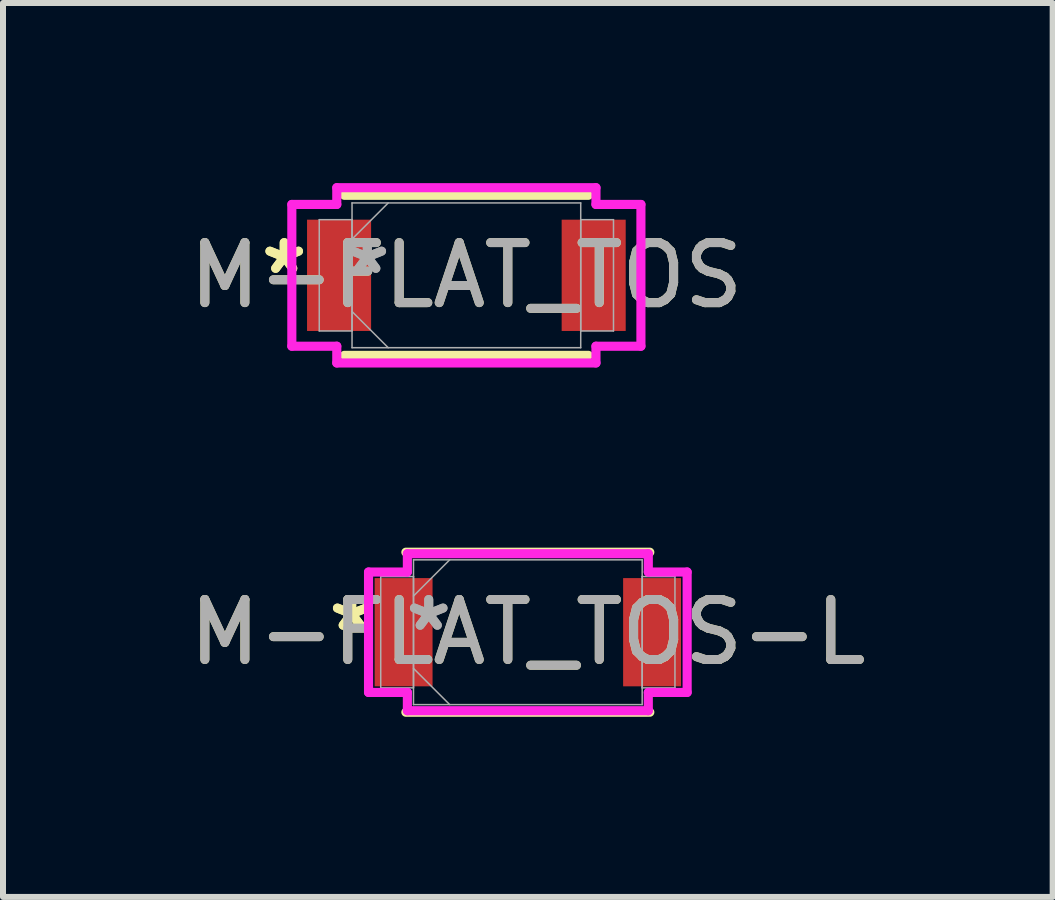
<source format=kicad_pcb>
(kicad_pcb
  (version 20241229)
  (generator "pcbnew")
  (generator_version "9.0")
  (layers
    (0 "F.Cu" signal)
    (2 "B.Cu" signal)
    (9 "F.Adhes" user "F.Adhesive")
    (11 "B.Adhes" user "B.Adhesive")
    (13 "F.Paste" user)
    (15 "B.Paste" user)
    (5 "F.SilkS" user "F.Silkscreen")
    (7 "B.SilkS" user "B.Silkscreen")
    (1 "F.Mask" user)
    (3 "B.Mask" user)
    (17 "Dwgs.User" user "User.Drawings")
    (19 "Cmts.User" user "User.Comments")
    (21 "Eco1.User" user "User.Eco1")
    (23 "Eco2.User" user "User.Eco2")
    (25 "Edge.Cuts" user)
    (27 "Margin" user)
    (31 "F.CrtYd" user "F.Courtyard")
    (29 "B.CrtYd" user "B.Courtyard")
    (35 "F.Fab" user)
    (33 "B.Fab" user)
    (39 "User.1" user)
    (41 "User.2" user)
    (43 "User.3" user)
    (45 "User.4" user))
  (footprint "M-FLAT_TOS-L"
    (layer "F.Cu")
    (at 5.744 7.483)
    (property "Reference" "M-FLAT_TOS-L" (at 0 0 0) (unlocked yes) (layer "F.SilkS") (effects (font (size 1 1) (thickness 0.15))))
    (attr smd)
    (fp_line (start -2.032 1.333) (end 2.032 1.333) (stroke (width 0.152) (type solid)) (layer "F.SilkS"))
    (fp_line (start 2.032 -1.333) (end -2.032 -1.333) (stroke (width 0.152) (type solid)) (layer "F.SilkS"))
    (fp_line (start -2.654 -1.003) (end -2.007 -1.003) (stroke (width 0.152) (type solid)) (layer "F.CrtYd"))
    (fp_line (start -2.654 1.003) (end -2.654 -1.003) (stroke (width 0.152) (type solid)) (layer "F.CrtYd"))
    (fp_line (start -2.007 -1.308) (end 2.007 -1.308) (stroke (width 0.152) (type solid)) (layer "F.CrtYd"))
    (fp_line (start -2.007 -1.003) (end -2.007 -1.308) (stroke (width 0.152) (type solid)) (layer "F.CrtYd"))
    (fp_line (start -2.007 1.003) (end -2.654 1.003) (stroke (width 0.152) (type solid)) (layer "F.CrtYd"))
    (fp_line (start -2.007 1.308) (end -2.007 1.003) (stroke (width 0.152) (type solid)) (layer "F.CrtYd"))
    (fp_line (start 2.007 -1.308) (end 2.007 -1.003) (stroke (width 0.152) (type solid)) (layer "F.CrtYd"))
    (fp_line (start 2.007 -1.003) (end 2.654 -1.003) (stroke (width 0.152) (type solid)) (layer "F.CrtYd"))
    (fp_line (start 2.007 1.003) (end 2.007 1.308) (stroke (width 0.152) (type solid)) (layer "F.CrtYd"))
    (fp_line (start 2.007 1.308) (end -2.007 1.308) (stroke (width 0.152) (type solid)) (layer "F.CrtYd"))
    (fp_line (start 2.654 -1.003) (end 2.654 1.003) (stroke (width 0.152) (type solid)) (layer "F.CrtYd"))
    (fp_line (start 2.654 1.003) (end 2.007 1.003) (stroke (width 0.152) (type solid)) (layer "F.CrtYd"))
    (fp_line (start -2.451 -0.927) (end -2.451 0.927) (stroke (width 0.025) (type solid)) (layer "F.Fab"))
    (fp_line (start -2.451 0.927) (end -1.905 0.927) (stroke (width 0.025) (type solid)) (layer "F.Fab"))
    (fp_line (start -1.905 -1.206) (end -1.905 1.206) (stroke (width 0.025) (type solid)) (layer "F.Fab"))
    (fp_line (start -1.905 -0.927) (end -2.451 -0.927) (stroke (width 0.025) (type solid)) (layer "F.Fab"))
    (fp_line (start -1.905 -0.603) (end -1.302 -1.206) (stroke (width 0.025) (type solid)) (layer "F.Fab"))
    (fp_line (start -1.905 0.603) (end -1.302 1.206) (stroke (width 0.025) (type solid)) (layer "F.Fab"))
    (fp_line (start -1.905 0.927) (end -1.905 -0.927) (stroke (width 0.025) (type solid)) (layer "F.Fab"))
    (fp_line (start -1.905 1.206) (end 1.905 1.206) (stroke (width 0.025) (type solid)) (layer "F.Fab"))
    (fp_line (start 1.905 -1.206) (end -1.905 -1.206) (stroke (width 0.025) (type solid)) (layer "F.Fab"))
    (fp_line (start 1.905 -0.927) (end 1.905 0.927) (stroke (width 0.025) (type solid)) (layer "F.Fab"))
    (fp_line (start 1.905 0.927) (end 2.451 0.927) (stroke (width 0.025) (type solid)) (layer "F.Fab"))
    (fp_line (start 1.905 1.206) (end 1.905 -1.206) (stroke (width 0.025) (type solid)) (layer "F.Fab"))
    (fp_line (start 2.451 -0.927) (end 1.905 -0.927) (stroke (width 0.025) (type solid)) (layer "F.Fab"))
    (fp_line (start 2.451 0.927) (end 2.451 -0.927) (stroke (width 0.025) (type solid)) (layer "F.Fab"))
    (fp_text user "*" (at -2.934 0 0) (layer "F.SilkS") (effects (font (size 1 1) (thickness 0.15))))
    (fp_text user "*" (at -2.934 0 0) (unlocked yes) (layer "F.SilkS") (effects (font (size 1 1) (thickness 0.15))))
    (fp_text user "${REFERENCE}" (at 0 0 0) (unlocked yes) (layer "F.Fab") (effects (font (size 1 1) (thickness 0.15))))
    (fp_text user "*" (at -1.651 0 0) (layer "F.Fab") (effects (font (size 1 1) (thickness 0.15))))
    (fp_text user "*" (at -1.651 0 0) (unlocked yes) (layer "F.Fab") (effects (font (size 1 1) (thickness 0.15))))
    (pad "1" smd rect (at -2.07 0) (size 0.965 1.803) (layers "F.Cu" "F.Mask" "F.Paste"))
    (pad "2" smd rect (at 2.07 0) (size 0.965 1.803) (layers "F.Cu" "F.Mask" "F.Paste"))
    (zone (net_name "") (layer "F.Cu") (hatch full 0.508) (connect_pads) (min_thickness 0.254) (filled_areas_thickness no) (keepout (tracks not_allowed) (vias not_allowed) (pads allowed) (copperpour not_allowed) (footprints allowed)) (placement (enabled no)) (fill) (polygon (pts (xy 4.207 6.327) (xy 7.281 6.327) (xy 7.281 8.639) (xy 4.207 8.639)))))
  (footprint "M-FLAT_TOS"
    (layer "F.Cu")
    (at 4.72 1.537)
    (property "Reference" "M-FLAT_TOS" (at 0 0 0) (unlocked yes) (layer "F.SilkS") (effects (font (size 1 1) (thickness 0.15))))
    (attr smd)
    (fp_line (start -2.032 1.333) (end 2.032 1.333) (stroke (width 0.152) (type solid)) (layer "F.SilkS"))
    (fp_line (start 2.032 -1.333) (end -2.032 -1.333) (stroke (width 0.152) (type solid)) (layer "F.SilkS"))
    (fp_line (start -2.908 -1.181) (end -2.159 -1.181) (stroke (width 0.152) (type solid)) (layer "F.CrtYd"))
    (fp_line (start -2.908 1.181) (end -2.908 -1.181) (stroke (width 0.152) (type solid)) (layer "F.CrtYd"))
    (fp_line (start -2.159 -1.46) (end 2.159 -1.46) (stroke (width 0.152) (type solid)) (layer "F.CrtYd"))
    (fp_line (start -2.159 -1.181) (end -2.159 -1.46) (stroke (width 0.152) (type solid)) (layer "F.CrtYd"))
    (fp_line (start -2.159 1.181) (end -2.908 1.181) (stroke (width 0.152) (type solid)) (layer "F.CrtYd"))
    (fp_line (start -2.159 1.46) (end -2.159 1.181) (stroke (width 0.152) (type solid)) (layer "F.CrtYd"))
    (fp_line (start 2.159 -1.46) (end 2.159 -1.181) (stroke (width 0.152) (type solid)) (layer "F.CrtYd"))
    (fp_line (start 2.159 -1.181) (end 2.908 -1.181) (stroke (width 0.152) (type solid)) (layer "F.CrtYd"))
    (fp_line (start 2.159 1.181) (end 2.159 1.46) (stroke (width 0.152) (type solid)) (layer "F.CrtYd"))
    (fp_line (start 2.159 1.46) (end -2.159 1.46) (stroke (width 0.152) (type solid)) (layer "F.CrtYd"))
    (fp_line (start 2.908 -1.181) (end 2.908 1.181) (stroke (width 0.152) (type solid)) (layer "F.CrtYd"))
    (fp_line (start 2.908 1.181) (end 2.159 1.181) (stroke (width 0.152) (type solid)) (layer "F.CrtYd"))
    (fp_line (start -2.451 -0.927) (end -2.451 0.927) (stroke (width 0.025) (type solid)) (layer "F.Fab"))
    (fp_line (start -2.451 0.927) (end -1.905 0.927) (stroke (width 0.025) (type solid)) (layer "F.Fab"))
    (fp_line (start -1.905 -1.206) (end -1.905 1.206) (stroke (width 0.025) (type solid)) (layer "F.Fab"))
    (fp_line (start -1.905 -0.927) (end -2.451 -0.927) (stroke (width 0.025) (type solid)) (layer "F.Fab"))
    (fp_line (start -1.905 -0.603) (end -1.302 -1.206) (stroke (width 0.025) (type solid)) (layer "F.Fab"))
    (fp_line (start -1.905 0.603) (end -1.302 1.206) (stroke (width 0.025) (type solid)) (layer "F.Fab"))
    (fp_line (start -1.905 0.927) (end -1.905 -0.927) (stroke (width 0.025) (type solid)) (layer "F.Fab"))
    (fp_line (start -1.905 1.206) (end 1.905 1.206) (stroke (width 0.025) (type solid)) (layer "F.Fab"))
    (fp_line (start 1.905 -1.206) (end -1.905 -1.206) (stroke (width 0.025) (type solid)) (layer "F.Fab"))
    (fp_line (start 1.905 -0.927) (end 1.905 0.927) (stroke (width 0.025) (type solid)) (layer "F.Fab"))
    (fp_line (start 1.905 0.927) (end 2.451 0.927) (stroke (width 0.025) (type solid)) (layer "F.Fab"))
    (fp_line (start 1.905 1.206) (end 1.905 -1.206) (stroke (width 0.025) (type solid)) (layer "F.Fab"))
    (fp_line (start 2.451 -0.927) (end 1.905 -0.927) (stroke (width 0.025) (type solid)) (layer "F.Fab"))
    (fp_line (start 2.451 0.927) (end 2.451 -0.927) (stroke (width 0.025) (type solid)) (layer "F.Fab"))
    (fp_text user "*" (at -3.035 0 0) (layer "F.SilkS") (effects (font (size 1 1) (thickness 0.15))))
    (fp_text user "*" (at -3.035 0 0) (unlocked yes) (layer "F.SilkS") (effects (font (size 1 1) (thickness 0.15))))
    (fp_text user "${REFERENCE}" (at 0 0 0) (unlocked yes) (layer "F.Fab") (effects (font (size 1 1) (thickness 0.15))))
    (fp_text user "*" (at -1.651 0 0) (unlocked yes) (layer "F.Fab") (effects (font (size 1 1) (thickness 0.15))))
    (fp_text user "*" (at -1.651 0 0) (layer "F.Fab") (effects (font (size 1 1) (thickness 0.15))))
    (pad "1" smd rect (at -2.121 0) (size 1.067 1.854) (layers "F.Cu" "F.Mask" "F.Paste"))
    (pad "2" smd rect (at 2.121 0) (size 1.067 1.854) (layers "F.Cu" "F.Mask" "F.Paste"))
    (zone (net_name "") (layer "F.Cu") (hatch full 0.508) (connect_pads) (min_thickness 0.254) (filled_areas_thickness no) (keepout (tracks not_allowed) (vias not_allowed) (pads allowed) (copperpour not_allowed) (footprints allowed)) (placement (enabled no)) (fill) (polygon (pts (xy 3.184 0.381) (xy 6.257 0.381) (xy 6.257 2.692) (xy 3.184 2.692)))))
  (gr_rect
    (start -3 -3)
    (end 14.488 11.893)
    (stroke (width 0.1) (type default))
    (fill no)
    (layer "Edge.Cuts")))
</source>
